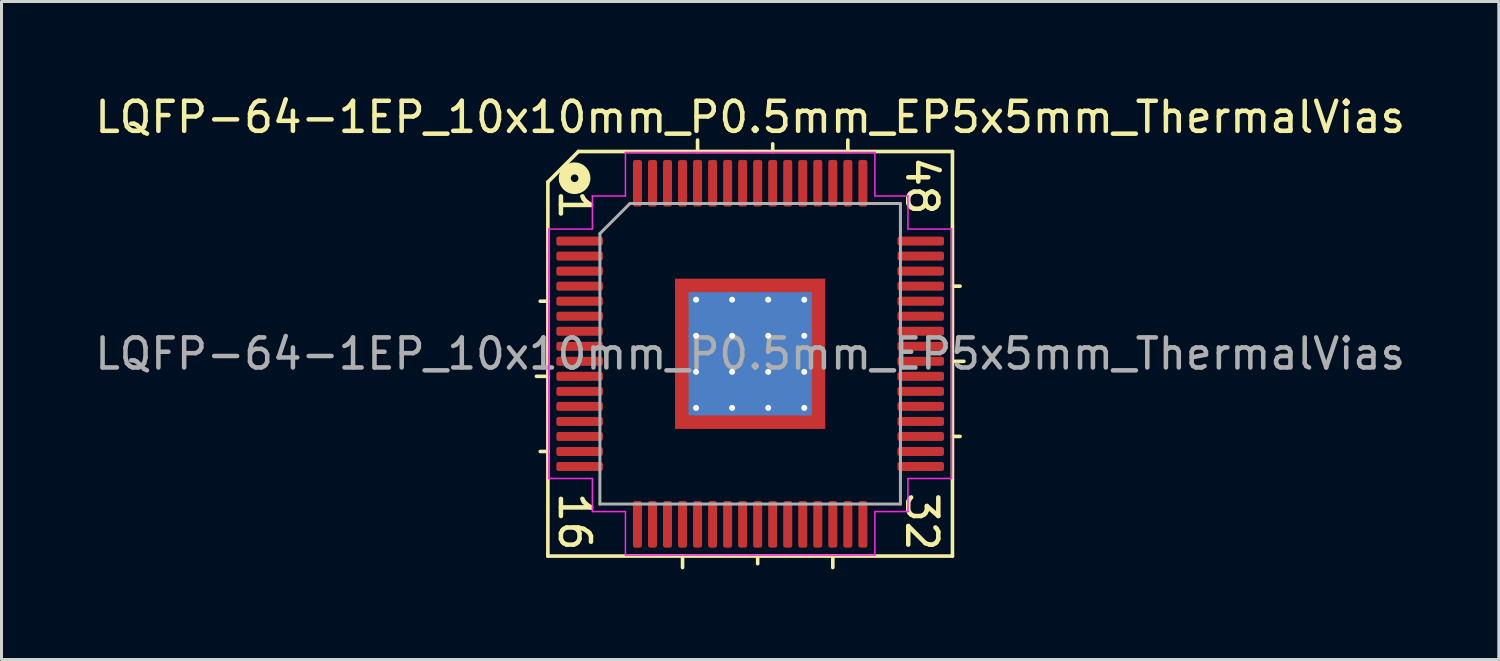
<source format=kicad_pcb>
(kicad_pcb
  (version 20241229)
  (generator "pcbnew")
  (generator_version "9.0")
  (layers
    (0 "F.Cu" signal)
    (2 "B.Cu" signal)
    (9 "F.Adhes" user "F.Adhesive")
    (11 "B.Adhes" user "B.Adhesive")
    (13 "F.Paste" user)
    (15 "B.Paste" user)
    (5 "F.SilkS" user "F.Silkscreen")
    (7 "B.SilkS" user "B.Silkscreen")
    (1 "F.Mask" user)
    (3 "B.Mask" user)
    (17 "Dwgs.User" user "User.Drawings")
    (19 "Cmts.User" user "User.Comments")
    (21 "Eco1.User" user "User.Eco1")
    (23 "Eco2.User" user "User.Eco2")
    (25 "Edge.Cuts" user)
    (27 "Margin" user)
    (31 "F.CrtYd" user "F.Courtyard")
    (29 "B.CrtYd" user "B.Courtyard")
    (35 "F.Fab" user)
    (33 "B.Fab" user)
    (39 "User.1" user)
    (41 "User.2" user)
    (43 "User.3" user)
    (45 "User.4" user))
  (footprint "LQFP-64-1EP_10x10mm_P0.5mm_EP5x5mm_ThermalVias"
    (layer "F.Cu")
    (at 21.911 8.722)
    (property "Reference" "LQFP-64-1EP_10x10mm_P0.5mm_EP5x5mm_ThermalVias" (at 0 -7.874 0) (layer "F.SilkS") (effects (font (size 1 1) (thickness 0.15))))
    (attr smd)
    (fp_line (start -6.731 -5.715) (end -6.731 6.731) (stroke (width 0.12) (type solid)) (layer "F.SilkS"))
    (fp_line (start -6.731 -1.75) (end -6.985 -1.75) (stroke (width 0.12) (type solid)) (layer "F.SilkS"))
    (fp_line (start -6.731 0.75) (end -7.112 0.75) (stroke (width 0.12) (type solid)) (layer "F.SilkS"))
    (fp_line (start -6.731 3.25) (end -6.985 3.25) (stroke (width 0.12) (type solid)) (layer "F.SilkS"))
    (fp_line (start -6.731 6.731) (end 6.731 6.731) (stroke (width 0.12) (type solid)) (layer "F.SilkS"))
    (fp_line (start -5.715 -6.731) (end -6.731 -5.715) (stroke (width 0.12) (type solid)) (layer "F.SilkS"))
    (fp_line (start -2.25 6.731) (end -2.25 7.112) (stroke (width 0.12) (type solid)) (layer "F.SilkS"))
    (fp_line (start -1.75 -6.731) (end -1.75 -7.112) (stroke (width 0.12) (type solid)) (layer "F.SilkS"))
    (fp_line (start 0.25 6.731) (end 0.25 6.985) (stroke (width 0.12) (type solid)) (layer "F.SilkS"))
    (fp_line (start 0.75 -6.731) (end 0.75 -6.985) (stroke (width 0.12) (type solid)) (layer "F.SilkS"))
    (fp_line (start 2.75 7.112) (end 2.75 6.731) (stroke (width 0.12) (type solid)) (layer "F.SilkS"))
    (fp_line (start 3.25 -6.731) (end 3.25 -7.112) (stroke (width 0.12) (type solid)) (layer "F.SilkS"))
    (fp_line (start 6.731 -6.731) (end -5.715 -6.731) (stroke (width 0.12) (type solid)) (layer "F.SilkS"))
    (fp_line (start 6.731 -2.25) (end 6.985 -2.25) (stroke (width 0.12) (type solid)) (layer "F.SilkS"))
    (fp_line (start 6.731 0.25) (end 7.112 0.25) (stroke (width 0.12) (type solid)) (layer "F.SilkS"))
    (fp_line (start 6.731 2.75) (end 6.985 2.75) (stroke (width 0.12) (type solid)) (layer "F.SilkS"))
    (fp_line (start 6.731 6.731) (end 6.731 -6.731) (stroke (width 0.12) (type solid)) (layer "F.SilkS"))
    (fp_circle (center -5.842 -5.842) (end -5.715 -5.842) (stroke (width 0.4) (type solid)) (fill no) (layer "F.SilkS"))
    (fp_line (start -6.7 -4.15) (end -6.7 0) (stroke (width 0.05) (type solid)) (layer "F.CrtYd"))
    (fp_line (start -6.7 4.15) (end -6.7 0) (stroke (width 0.05) (type solid)) (layer "F.CrtYd"))
    (fp_line (start -5.25 -5.25) (end -5.25 -4.15) (stroke (width 0.05) (type solid)) (layer "F.CrtYd"))
    (fp_line (start -5.25 -4.15) (end -6.7 -4.15) (stroke (width 0.05) (type solid)) (layer "F.CrtYd"))
    (fp_line (start -5.25 4.15) (end -6.7 4.15) (stroke (width 0.05) (type solid)) (layer "F.CrtYd"))
    (fp_line (start -5.25 5.25) (end -5.25 4.15) (stroke (width 0.05) (type solid)) (layer "F.CrtYd"))
    (fp_line (start -4.15 -6.7) (end -4.15 -5.25) (stroke (width 0.05) (type solid)) (layer "F.CrtYd"))
    (fp_line (start -4.15 -5.25) (end -5.25 -5.25) (stroke (width 0.05) (type solid)) (layer "F.CrtYd"))
    (fp_line (start -4.15 5.25) (end -5.25 5.25) (stroke (width 0.05) (type solid)) (layer "F.CrtYd"))
    (fp_line (start -4.15 6.7) (end -4.15 5.25) (stroke (width 0.05) (type solid)) (layer "F.CrtYd"))
    (fp_line (start 0 -6.7) (end -4.15 -6.7) (stroke (width 0.05) (type solid)) (layer "F.CrtYd"))
    (fp_line (start 0 -6.7) (end 4.15 -6.7) (stroke (width 0.05) (type solid)) (layer "F.CrtYd"))
    (fp_line (start 0 6.7) (end -4.15 6.7) (stroke (width 0.05) (type solid)) (layer "F.CrtYd"))
    (fp_line (start 0 6.7) (end 4.15 6.7) (stroke (width 0.05) (type solid)) (layer "F.CrtYd"))
    (fp_line (start 4.15 -6.7) (end 4.15 -5.25) (stroke (width 0.05) (type solid)) (layer "F.CrtYd"))
    (fp_line (start 4.15 -5.25) (end 5.25 -5.25) (stroke (width 0.05) (type solid)) (layer "F.CrtYd"))
    (fp_line (start 4.15 5.25) (end 5.25 5.25) (stroke (width 0.05) (type solid)) (layer "F.CrtYd"))
    (fp_line (start 4.15 6.7) (end 4.15 5.25) (stroke (width 0.05) (type solid)) (layer "F.CrtYd"))
    (fp_line (start 5.25 -5.25) (end 5.25 -4.15) (stroke (width 0.05) (type solid)) (layer "F.CrtYd"))
    (fp_line (start 5.25 -4.15) (end 6.7 -4.15) (stroke (width 0.05) (type solid)) (layer "F.CrtYd"))
    (fp_line (start 5.25 4.15) (end 6.7 4.15) (stroke (width 0.05) (type solid)) (layer "F.CrtYd"))
    (fp_line (start 5.25 5.25) (end 5.25 4.15) (stroke (width 0.05) (type solid)) (layer "F.CrtYd"))
    (fp_line (start 6.7 -4.15) (end 6.7 0) (stroke (width 0.05) (type solid)) (layer "F.CrtYd"))
    (fp_line (start 6.7 4.15) (end 6.7 0) (stroke (width 0.05) (type solid)) (layer "F.CrtYd"))
    (fp_line (start -5 -4) (end -4 -5) (stroke (width 0.1) (type solid)) (layer "F.Fab"))
    (fp_line (start -5 5) (end -5 -4) (stroke (width 0.1) (type solid)) (layer "F.Fab"))
    (fp_line (start -4 -5) (end 5 -5) (stroke (width 0.1) (type solid)) (layer "F.Fab"))
    (fp_line (start 5 -5) (end 5 5) (stroke (width 0.1) (type solid)) (layer "F.Fab"))
    (fp_line (start 5 5) (end -5 5) (stroke (width 0.1) (type solid)) (layer "F.Fab"))
    (fp_text user "16" (at -5.842 5.588 270) (unlocked yes) (layer "F.SilkS") (effects (font (size 1 1) (thickness 0.15))))
    (fp_text user "1" (at -5.842 -4.953 270) (unlocked yes) (layer "F.SilkS") (effects (font (size 1 1) (thickness 0.15))))
    (fp_text user "48" (at 5.715 -5.588 270) (unlocked yes) (layer "F.SilkS") (effects (font (size 1 1) (thickness 0.15))))
    (fp_text user "32" (at 5.715 5.588 270) (unlocked yes) (layer "F.SilkS") (effects (font (size 1 1) (thickness 0.15))))
    (fp_text user "${REFERENCE}" (at 0 0 0) (layer "F.Fab") (effects (font (size 1 1) (thickness 0.15))))
    (pad "" smd custom (at -2.15 -2.15) (size 0.46 0.46) (layers "F.Paste") (options (anchor circle)) (primitives (gr_poly (pts (xy -0.178 -0.178) (xy 0.178 -0.178) (xy 0.178 0.092) (xy 0.092 0.178) (xy -0.178 0.178)) (width 0.208) (fill yes))))
    (pad "" smd custom (at -2.15 -1.2) (size 0.495 0.495) (layers "F.Paste") (options (anchor circle)) (primitives (gr_poly (pts (xy -0.212 -0.414) (xy 0.154 -0.414) (xy 0.212 -0.356) (xy 0.212 0.356) (xy 0.154 0.414) (xy -0.212 0.414)) (width 0.14) (fill yes))))
    (pad "" smd custom (at -2.15 0) (size 0.495 0.495) (layers "F.Paste") (options (anchor circle)) (primitives (gr_poly (pts (xy -0.212 -0.414) (xy 0.154 -0.414) (xy 0.212 -0.356) (xy 0.212 0.356) (xy 0.154 0.414) (xy -0.212 0.414)) (width 0.14) (fill yes))))
    (pad "" smd custom (at -2.15 1.2) (size 0.495 0.495) (layers "F.Paste") (options (anchor circle)) (primitives (gr_poly (pts (xy -0.212 -0.414) (xy 0.154 -0.414) (xy 0.212 -0.356) (xy 0.212 0.356) (xy 0.154 0.414) (xy -0.212 0.414)) (width 0.14) (fill yes))))
    (pad "" smd custom (at -2.15 2.15) (size 0.46 0.46) (layers "F.Paste") (options (anchor circle)) (primitives (gr_poly (pts (xy -0.178 -0.178) (xy 0.092 -0.178) (xy 0.178 -0.092) (xy 0.178 0.178) (xy -0.178 0.178)) (width 0.208) (fill yes))))
    (pad "" smd custom (at -1.2 -2.15) (size 0.495 0.495) (layers "F.Paste") (options (anchor circle)) (primitives (gr_poly (pts (xy -0.414 -0.212) (xy 0.414 -0.212) (xy 0.414 0.154) (xy 0.356 0.212) (xy -0.356 0.212) (xy -0.414 0.154)) (width 0.14) (fill yes))))
    (pad "" smd roundrect (at -1.2 -1.2) (size 0.967 0.967) (layers "F.Paste") (roundrect_rratio 0.25))
    (pad "" smd roundrect (at -1.2 0) (size 0.967 0.967) (layers "F.Paste") (roundrect_rratio 0.25))
    (pad "" smd roundrect (at -1.2 1.2) (size 0.967 0.967) (layers "F.Paste") (roundrect_rratio 0.25))
    (pad "" smd custom (at -1.2 2.15) (size 0.495 0.495) (layers "F.Paste") (options (anchor circle)) (primitives (gr_poly (pts (xy -0.414 -0.154) (xy -0.356 -0.212) (xy 0.356 -0.212) (xy 0.414 -0.154) (xy 0.414 0.212) (xy -0.414 0.212)) (width 0.14) (fill yes))))
    (pad "" smd custom (at 0 -2.15) (size 0.495 0.495) (layers "F.Paste") (options (anchor circle)) (primitives (gr_poly (pts (xy -0.414 -0.212) (xy 0.414 -0.212) (xy 0.414 0.154) (xy 0.356 0.212) (xy -0.356 0.212) (xy -0.414 0.154)) (width 0.14) (fill yes))))
    (pad "" smd roundrect (at 0 -1.2) (size 0.967 0.967) (layers "F.Paste") (roundrect_rratio 0.25))
    (pad "" smd roundrect (at 0 0) (size 0.967 0.967) (layers "F.Paste") (roundrect_rratio 0.25))
    (pad "" smd roundrect (at 0 1.2) (size 0.967 0.967) (layers "F.Paste") (roundrect_rratio 0.25))
    (pad "" smd custom (at 0 2.15) (size 0.495 0.495) (layers "F.Paste") (options (anchor circle)) (primitives (gr_poly (pts (xy -0.414 -0.154) (xy -0.356 -0.212) (xy 0.356 -0.212) (xy 0.414 -0.154) (xy 0.414 0.212) (xy -0.414 0.212)) (width 0.14) (fill yes))))
    (pad "" smd custom (at 1.2 -2.15) (size 0.495 0.495) (layers "F.Paste") (options (anchor circle)) (primitives (gr_poly (pts (xy -0.414 -0.212) (xy 0.414 -0.212) (xy 0.414 0.154) (xy 0.356 0.212) (xy -0.356 0.212) (xy -0.414 0.154)) (width 0.14) (fill yes))))
    (pad "" smd roundrect (at 1.2 -1.2) (size 0.967 0.967) (layers "F.Paste") (roundrect_rratio 0.25))
    (pad "" smd roundrect (at 1.2 0) (size 0.967 0.967) (layers "F.Paste") (roundrect_rratio 0.25))
    (pad "" smd roundrect (at 1.2 1.2) (size 0.967 0.967) (layers "F.Paste") (roundrect_rratio 0.25))
    (pad "" smd custom (at 1.2 2.15) (size 0.495 0.495) (layers "F.Paste") (options (anchor circle)) (primitives (gr_poly (pts (xy -0.414 -0.154) (xy -0.356 -0.212) (xy 0.356 -0.212) (xy 0.414 -0.154) (xy 0.414 0.212) (xy -0.414 0.212)) (width 0.14) (fill yes))))
    (pad "" smd custom (at 2.15 -2.15) (size 0.46 0.46) (layers "F.Paste") (options (anchor circle)) (primitives (gr_poly (pts (xy -0.178 -0.178) (xy 0.178 -0.178) (xy 0.178 0.178) (xy -0.092 0.178) (xy -0.178 0.092)) (width 0.208) (fill yes))))
    (pad "" smd custom (at 2.15 -1.2) (size 0.495 0.495) (layers "F.Paste") (options (anchor circle)) (primitives (gr_poly (pts (xy -0.212 -0.356) (xy -0.154 -0.414) (xy 0.212 -0.414) (xy 0.212 0.414) (xy -0.154 0.414) (xy -0.212 0.356)) (width 0.14) (fill yes))))
    (pad "" smd custom (at 2.15 0) (size 0.495 0.495) (layers "F.Paste") (options (anchor circle)) (primitives (gr_poly (pts (xy -0.212 -0.356) (xy -0.154 -0.414) (xy 0.212 -0.414) (xy 0.212 0.414) (xy -0.154 0.414) (xy -0.212 0.356)) (width 0.14) (fill yes))))
    (pad "" smd custom (at 2.15 1.2) (size 0.495 0.495) (layers "F.Paste") (options (anchor circle)) (primitives (gr_poly (pts (xy -0.212 -0.356) (xy -0.154 -0.414) (xy 0.212 -0.414) (xy 0.212 0.414) (xy -0.154 0.414) (xy -0.212 0.356)) (width 0.14) (fill yes))))
    (pad "" smd custom (at 2.15 2.15) (size 0.46 0.46) (layers "F.Paste") (options (anchor circle)) (primitives (gr_poly (pts (xy -0.178 -0.092) (xy -0.092 -0.178) (xy 0.178 -0.178) (xy 0.178 0.178) (xy -0.178 0.178)) (width 0.208) (fill yes))))
    (pad "1" smd roundrect (at -5.675 -3.75) (size 1.55 0.3) (layers "F.Cu" "F.Mask" "F.Paste") (roundrect_rratio 0.25))
    (pad "2" smd roundrect (at -5.675 -3.25) (size 1.55 0.3) (layers "F.Cu" "F.Mask" "F.Paste") (roundrect_rratio 0.25))
    (pad "3" smd roundrect (at -5.675 -2.75) (size 1.55 0.3) (layers "F.Cu" "F.Mask" "F.Paste") (roundrect_rratio 0.25))
    (pad "4" smd roundrect (at -5.675 -2.25) (size 1.55 0.3) (layers "F.Cu" "F.Mask" "F.Paste") (roundrect_rratio 0.25))
    (pad "5" smd roundrect (at -5.675 -1.75) (size 1.55 0.3) (layers "F.Cu" "F.Mask" "F.Paste") (roundrect_rratio 0.25))
    (pad "6" smd roundrect (at -5.675 -1.25) (size 1.55 0.3) (layers "F.Cu" "F.Mask" "F.Paste") (roundrect_rratio 0.25))
    (pad "7" smd roundrect (at -5.675 -0.75) (size 1.55 0.3) (layers "F.Cu" "F.Mask" "F.Paste") (roundrect_rratio 0.25))
    (pad "8" smd roundrect (at -5.675 -0.25) (size 1.55 0.3) (layers "F.Cu" "F.Mask" "F.Paste") (roundrect_rratio 0.25))
    (pad "9" smd roundrect (at -5.675 0.25) (size 1.55 0.3) (layers "F.Cu" "F.Mask" "F.Paste") (roundrect_rratio 0.25))
    (pad "10" smd roundrect (at -5.675 0.75) (size 1.55 0.3) (layers "F.Cu" "F.Mask" "F.Paste") (roundrect_rratio 0.25))
    (pad "11" smd roundrect (at -5.675 1.25) (size 1.55 0.3) (layers "F.Cu" "F.Mask" "F.Paste") (roundrect_rratio 0.25))
    (pad "12" smd roundrect (at -5.675 1.75) (size 1.55 0.3) (layers "F.Cu" "F.Mask" "F.Paste") (roundrect_rratio 0.25))
    (pad "13" smd roundrect (at -5.675 2.25) (size 1.55 0.3) (layers "F.Cu" "F.Mask" "F.Paste") (roundrect_rratio 0.25))
    (pad "14" smd roundrect (at -5.675 2.75) (size 1.55 0.3) (layers "F.Cu" "F.Mask" "F.Paste") (roundrect_rratio 0.25))
    (pad "15" smd roundrect (at -5.675 3.25) (size 1.55 0.3) (layers "F.Cu" "F.Mask" "F.Paste") (roundrect_rratio 0.25))
    (pad "16" smd roundrect (at -5.675 3.75) (size 1.55 0.3) (layers "F.Cu" "F.Mask" "F.Paste") (roundrect_rratio 0.25))
    (pad "17" smd roundrect (at -3.75 5.675) (size 0.3 1.55) (layers "F.Cu" "F.Mask" "F.Paste") (roundrect_rratio 0.25))
    (pad "18" smd roundrect (at -3.25 5.675) (size 0.3 1.55) (layers "F.Cu" "F.Mask" "F.Paste") (roundrect_rratio 0.25))
    (pad "19" smd roundrect (at -2.75 5.675) (size 0.3 1.55) (layers "F.Cu" "F.Mask" "F.Paste") (roundrect_rratio 0.25))
    (pad "20" smd roundrect (at -2.25 5.675) (size 0.3 1.55) (layers "F.Cu" "F.Mask" "F.Paste") (roundrect_rratio 0.25))
    (pad "21" smd roundrect (at -1.75 5.675) (size 0.3 1.55) (layers "F.Cu" "F.Mask" "F.Paste") (roundrect_rratio 0.25))
    (pad "22" smd roundrect (at -1.25 5.675) (size 0.3 1.55) (layers "F.Cu" "F.Mask" "F.Paste") (roundrect_rratio 0.25))
    (pad "23" smd roundrect (at -0.75 5.675) (size 0.3 1.55) (layers "F.Cu" "F.Mask" "F.Paste") (roundrect_rratio 0.25))
    (pad "24" smd roundrect (at -0.25 5.675) (size 0.3 1.55) (layers "F.Cu" "F.Mask" "F.Paste") (roundrect_rratio 0.25))
    (pad "25" smd roundrect (at 0.25 5.675) (size 0.3 1.55) (layers "F.Cu" "F.Mask" "F.Paste") (roundrect_rratio 0.25))
    (pad "26" smd roundrect (at 0.75 5.675) (size 0.3 1.55) (layers "F.Cu" "F.Mask" "F.Paste") (roundrect_rratio 0.25))
    (pad "27" smd roundrect (at 1.25 5.675) (size 0.3 1.55) (layers "F.Cu" "F.Mask" "F.Paste") (roundrect_rratio 0.25))
    (pad "28" smd roundrect (at 1.75 5.675) (size 0.3 1.55) (layers "F.Cu" "F.Mask" "F.Paste") (roundrect_rratio 0.25))
    (pad "29" smd roundrect (at 2.25 5.675) (size 0.3 1.55) (layers "F.Cu" "F.Mask" "F.Paste") (roundrect_rratio 0.25))
    (pad "30" smd roundrect (at 2.75 5.675) (size 0.3 1.55) (layers "F.Cu" "F.Mask" "F.Paste") (roundrect_rratio 0.25))
    (pad "31" smd roundrect (at 3.25 5.675) (size 0.3 1.55) (layers "F.Cu" "F.Mask" "F.Paste") (roundrect_rratio 0.25))
    (pad "32" smd roundrect (at 3.75 5.675) (size 0.3 1.55) (layers "F.Cu" "F.Mask" "F.Paste") (roundrect_rratio 0.25))
    (pad "33" smd roundrect (at 5.675 3.75) (size 1.55 0.3) (layers "F.Cu" "F.Mask" "F.Paste") (roundrect_rratio 0.25))
    (pad "34" smd roundrect (at 5.675 3.25) (size 1.55 0.3) (layers "F.Cu" "F.Mask" "F.Paste") (roundrect_rratio 0.25))
    (pad "35" smd roundrect (at 5.675 2.75) (size 1.55 0.3) (layers "F.Cu" "F.Mask" "F.Paste") (roundrect_rratio 0.25))
    (pad "36" smd roundrect (at 5.675 2.25) (size 1.55 0.3) (layers "F.Cu" "F.Mask" "F.Paste") (roundrect_rratio 0.25))
    (pad "37" smd roundrect (at 5.675 1.75) (size 1.55 0.3) (layers "F.Cu" "F.Mask" "F.Paste") (roundrect_rratio 0.25))
    (pad "38" smd roundrect (at 5.675 1.25) (size 1.55 0.3) (layers "F.Cu" "F.Mask" "F.Paste") (roundrect_rratio 0.25))
    (pad "39" smd roundrect (at 5.675 0.75) (size 1.55 0.3) (layers "F.Cu" "F.Mask" "F.Paste") (roundrect_rratio 0.25))
    (pad "40" smd roundrect (at 5.675 0.25) (size 1.55 0.3) (layers "F.Cu" "F.Mask" "F.Paste") (roundrect_rratio 0.25))
    (pad "41" smd roundrect (at 5.675 -0.25) (size 1.55 0.3) (layers "F.Cu" "F.Mask" "F.Paste") (roundrect_rratio 0.25))
    (pad "42" smd roundrect (at 5.675 -0.75) (size 1.55 0.3) (layers "F.Cu" "F.Mask" "F.Paste") (roundrect_rratio 0.25))
    (pad "43" smd roundrect (at 5.675 -1.25) (size 1.55 0.3) (layers "F.Cu" "F.Mask" "F.Paste") (roundrect_rratio 0.25))
    (pad "44" smd roundrect (at 5.675 -1.75) (size 1.55 0.3) (layers "F.Cu" "F.Mask" "F.Paste") (roundrect_rratio 0.25))
    (pad "45" smd roundrect (at 5.675 -2.25) (size 1.55 0.3) (layers "F.Cu" "F.Mask" "F.Paste") (roundrect_rratio 0.25))
    (pad "46" smd roundrect (at 5.675 -2.75) (size 1.55 0.3) (layers "F.Cu" "F.Mask" "F.Paste") (roundrect_rratio 0.25))
    (pad "47" smd roundrect (at 5.675 -3.25) (size 1.55 0.3) (layers "F.Cu" "F.Mask" "F.Paste") (roundrect_rratio 0.25))
    (pad "48" smd roundrect (at 5.675 -3.75) (size 1.55 0.3) (layers "F.Cu" "F.Mask" "F.Paste") (roundrect_rratio 0.25))
    (pad "49" smd roundrect (at 3.75 -5.675) (size 0.3 1.55) (layers "F.Cu" "F.Mask" "F.Paste") (roundrect_rratio 0.25))
    (pad "50" smd roundrect (at 3.25 -5.675) (size 0.3 1.55) (layers "F.Cu" "F.Mask" "F.Paste") (roundrect_rratio 0.25))
    (pad "51" smd roundrect (at 2.75 -5.675) (size 0.3 1.55) (layers "F.Cu" "F.Mask" "F.Paste") (roundrect_rratio 0.25))
    (pad "52" smd roundrect (at 2.25 -5.675) (size 0.3 1.55) (layers "F.Cu" "F.Mask" "F.Paste") (roundrect_rratio 0.25))
    (pad "53" smd roundrect (at 1.75 -5.675) (size 0.3 1.55) (layers "F.Cu" "F.Mask" "F.Paste") (roundrect_rratio 0.25))
    (pad "54" smd roundrect (at 1.25 -5.675) (size 0.3 1.55) (layers "F.Cu" "F.Mask" "F.Paste") (roundrect_rratio 0.25))
    (pad "55" smd roundrect (at 0.75 -5.675) (size 0.3 1.55) (layers "F.Cu" "F.Mask" "F.Paste") (roundrect_rratio 0.25))
    (pad "56" smd roundrect (at 0.25 -5.675) (size 0.3 1.55) (layers "F.Cu" "F.Mask" "F.Paste") (roundrect_rratio 0.25))
    (pad "57" smd roundrect (at -0.25 -5.675) (size 0.3 1.55) (layers "F.Cu" "F.Mask" "F.Paste") (roundrect_rratio 0.25))
    (pad "58" smd roundrect (at -0.75 -5.675) (size 0.3 1.55) (layers "F.Cu" "F.Mask" "F.Paste") (roundrect_rratio 0.25))
    (pad "59" smd roundrect (at -1.25 -5.675) (size 0.3 1.55) (layers "F.Cu" "F.Mask" "F.Paste") (roundrect_rratio 0.25))
    (pad "60" smd roundrect (at -1.75 -5.675) (size 0.3 1.55) (layers "F.Cu" "F.Mask" "F.Paste") (roundrect_rratio 0.25))
    (pad "61" smd roundrect (at -2.25 -5.675) (size 0.3 1.55) (layers "F.Cu" "F.Mask" "F.Paste") (roundrect_rratio 0.25))
    (pad "62" smd roundrect (at -2.75 -5.675) (size 0.3 1.55) (layers "F.Cu" "F.Mask" "F.Paste") (roundrect_rratio 0.25))
    (pad "63" smd roundrect (at -3.25 -5.675) (size 0.3 1.55) (layers "F.Cu" "F.Mask" "F.Paste") (roundrect_rratio 0.25))
    (pad "64" smd roundrect (at -3.75 -5.675) (size 0.3 1.55) (layers "F.Cu" "F.Mask" "F.Paste") (roundrect_rratio 0.25))
    (pad "65" thru_hole circle (at -1.8 -1.8) (size 0.5 0.5) (drill 0.2) (layers "*.Cu"))
    (pad "65" thru_hole circle (at -1.8 -0.6) (size 0.5 0.5) (drill 0.2) (layers "*.Cu"))
    (pad "65" thru_hole circle (at -1.8 0.6) (size 0.5 0.5) (drill 0.2) (layers "*.Cu"))
    (pad "65" thru_hole circle (at -1.8 1.8) (size 0.5 0.5) (drill 0.2) (layers "*.Cu"))
    (pad "65" thru_hole circle (at -0.6 -1.8) (size 0.5 0.5) (drill 0.2) (layers "*.Cu"))
    (pad "65" thru_hole circle (at -0.6 -0.6) (size 0.5 0.5) (drill 0.2) (layers "*.Cu"))
    (pad "65" thru_hole circle (at -0.6 0.6) (size 0.5 0.5) (drill 0.2) (layers "*.Cu"))
    (pad "65" thru_hole circle (at -0.6 1.8) (size 0.5 0.5) (drill 0.2) (layers "*.Cu"))
    (pad "65" smd rect (at 0 0) (size 4.1 4.1) (layers "B.Cu" "B.Mask"))
    (pad "65" smd rect (at 0 0) (size 5 5) (layers "F.Cu" "F.Mask"))
    (pad "65" thru_hole circle (at 0.6 -1.8) (size 0.5 0.5) (drill 0.2) (layers "*.Cu"))
    (pad "65" thru_hole circle (at 0.6 -0.6) (size 0.5 0.5) (drill 0.2) (layers "*.Cu"))
    (pad "65" thru_hole circle (at 0.6 0.6) (size 0.5 0.5) (drill 0.2) (layers "*.Cu"))
    (pad "65" thru_hole circle (at 0.6 1.8) (size 0.5 0.5) (drill 0.2) (layers "*.Cu"))
    (pad "65" thru_hole circle (at 1.8 -1.8) (size 0.5 0.5) (drill 0.2) (layers "*.Cu"))
    (pad "65" thru_hole circle (at 1.8 -0.6) (size 0.5 0.5) (drill 0.2) (layers "*.Cu"))
    (pad "65" thru_hole circle (at 1.8 0.6) (size 0.5 0.5) (drill 0.2) (layers "*.Cu"))
    (pad "65" thru_hole circle (at 1.8 1.8) (size 0.5 0.5) (drill 0.2) (layers "*.Cu")))
  (gr_rect
    (start -3 -3)
    (end 46.821 18.894)
    (stroke (width 0.1) (type default))
    (fill no)
    (layer "Edge.Cuts")))
</source>
